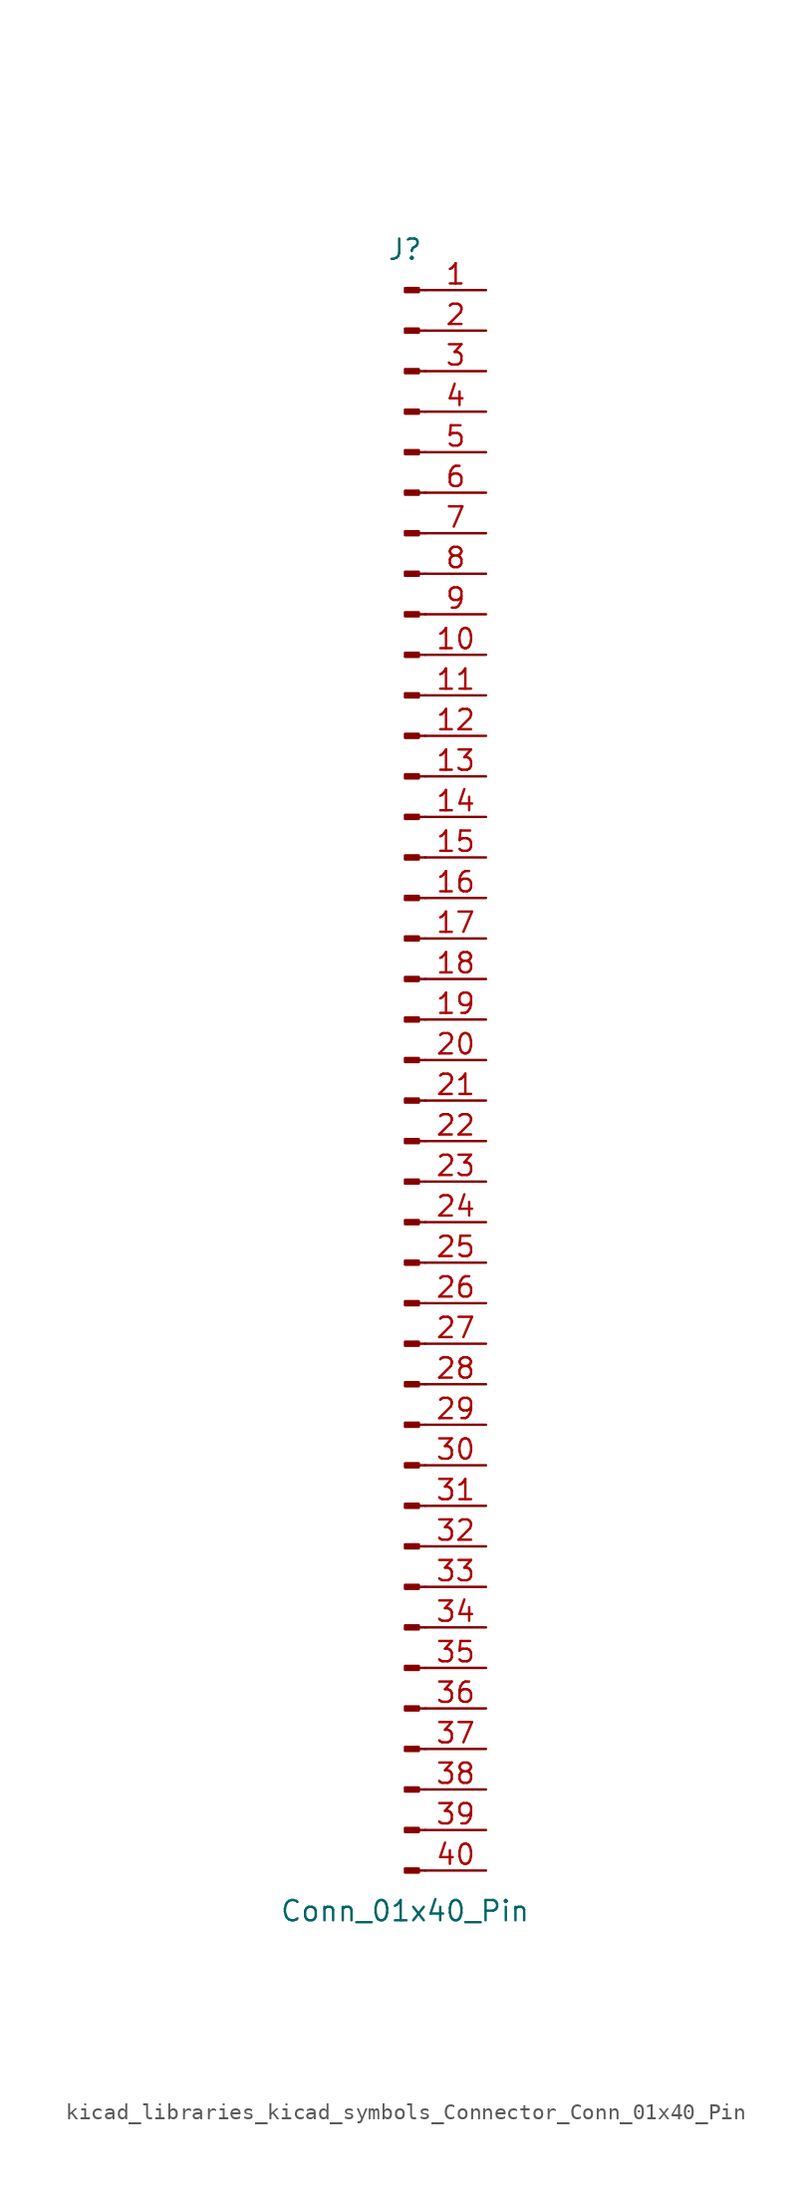
<source format=kicad_sym>
(kicad_symbol_lib
  (version 20220914)
  (generator kicad_symbol_editor)
  (symbol "kicad_libraries_kicad_symbols_Connector_Conn_01x40_Pin"
    (pin_names
      (offset 1.016) hide)
    (property "Reference" "J"
      (at 0 50.8 0)
      (effects (font (size 1.27 1.27))))
    (property "Value" "Conn_01x40_Pin"
      (at 0 -53.34 0)
      (effects (font (size 1.27 1.27))))
    (property "ki_locked" ""
      (at 0 0 0)
      (effects (font (size 1.27 1.27))))
    (symbol "kicad_libraries_kicad_symbols_Connector_Conn_01x40_Pin_1_1"
      (polyline (pts (xy 1.27 -50.8) (xy 0.864 -50.8)) (stroke (width 0.152) (type default)) (fill (type none)))
      (polyline (pts (xy 1.27 -48.26) (xy 0.864 -48.26)) (stroke (width 0.152) (type default)) (fill (type none)))
      (polyline (pts (xy 1.27 -45.72) (xy 0.864 -45.72)) (stroke (width 0.152) (type default)) (fill (type none)))
      (polyline (pts (xy 1.27 -43.18) (xy 0.864 -43.18)) (stroke (width 0.152) (type default)) (fill (type none)))
      (polyline (pts (xy 1.27 -40.64) (xy 0.864 -40.64)) (stroke (width 0.152) (type default)) (fill (type none)))
      (polyline (pts (xy 1.27 -38.1) (xy 0.864 -38.1)) (stroke (width 0.152) (type default)) (fill (type none)))
      (polyline (pts (xy 1.27 -35.56) (xy 0.864 -35.56)) (stroke (width 0.152) (type default)) (fill (type none)))
      (polyline (pts (xy 1.27 -33.02) (xy 0.864 -33.02)) (stroke (width 0.152) (type default)) (fill (type none)))
      (polyline (pts (xy 1.27 -30.48) (xy 0.864 -30.48)) (stroke (width 0.152) (type default)) (fill (type none)))
      (polyline (pts (xy 1.27 -27.94) (xy 0.864 -27.94)) (stroke (width 0.152) (type default)) (fill (type none)))
      (polyline (pts (xy 1.27 -25.4) (xy 0.864 -25.4)) (stroke (width 0.152) (type default)) (fill (type none)))
      (polyline (pts (xy 1.27 -22.86) (xy 0.864 -22.86)) (stroke (width 0.152) (type default)) (fill (type none)))
      (polyline (pts (xy 1.27 -20.32) (xy 0.864 -20.32)) (stroke (width 0.152) (type default)) (fill (type none)))
      (polyline (pts (xy 1.27 -17.78) (xy 0.864 -17.78)) (stroke (width 0.152) (type default)) (fill (type none)))
      (polyline (pts (xy 1.27 -15.24) (xy 0.864 -15.24)) (stroke (width 0.152) (type default)) (fill (type none)))
      (polyline (pts (xy 1.27 -12.7) (xy 0.864 -12.7)) (stroke (width 0.152) (type default)) (fill (type none)))
      (polyline (pts (xy 1.27 -10.16) (xy 0.864 -10.16)) (stroke (width 0.152) (type default)) (fill (type none)))
      (polyline (pts (xy 1.27 -7.62) (xy 0.864 -7.62)) (stroke (width 0.152) (type default)) (fill (type none)))
      (polyline (pts (xy 1.27 -5.08) (xy 0.864 -5.08)) (stroke (width 0.152) (type default)) (fill (type none)))
      (polyline (pts (xy 1.27 -2.54) (xy 0.864 -2.54)) (stroke (width 0.152) (type default)) (fill (type none)))
      (polyline (pts (xy 1.27 0) (xy 0.864 0)) (stroke (width 0.152) (type default)) (fill (type none)))
      (polyline (pts (xy 1.27 2.54) (xy 0.864 2.54)) (stroke (width 0.152) (type default)) (fill (type none)))
      (polyline (pts (xy 1.27 5.08) (xy 0.864 5.08)) (stroke (width 0.152) (type default)) (fill (type none)))
      (polyline (pts (xy 1.27 7.62) (xy 0.864 7.62)) (stroke (width 0.152) (type default)) (fill (type none)))
      (polyline (pts (xy 1.27 10.16) (xy 0.864 10.16)) (stroke (width 0.152) (type default)) (fill (type none)))
      (polyline (pts (xy 1.27 12.7) (xy 0.864 12.7)) (stroke (width 0.152) (type default)) (fill (type none)))
      (polyline (pts (xy 1.27 15.24) (xy 0.864 15.24)) (stroke (width 0.152) (type default)) (fill (type none)))
      (polyline (pts (xy 1.27 17.78) (xy 0.864 17.78)) (stroke (width 0.152) (type default)) (fill (type none)))
      (polyline (pts (xy 1.27 20.32) (xy 0.864 20.32)) (stroke (width 0.152) (type default)) (fill (type none)))
      (polyline (pts (xy 1.27 22.86) (xy 0.864 22.86)) (stroke (width 0.152) (type default)) (fill (type none)))
      (polyline (pts (xy 1.27 25.4) (xy 0.864 25.4)) (stroke (width 0.152) (type default)) (fill (type none)))
      (polyline (pts (xy 1.27 27.94) (xy 0.864 27.94)) (stroke (width 0.152) (type default)) (fill (type none)))
      (polyline (pts (xy 1.27 30.48) (xy 0.864 30.48)) (stroke (width 0.152) (type default)) (fill (type none)))
      (polyline (pts (xy 1.27 33.02) (xy 0.864 33.02)) (stroke (width 0.152) (type default)) (fill (type none)))
      (polyline (pts (xy 1.27 35.56) (xy 0.864 35.56)) (stroke (width 0.152) (type default)) (fill (type none)))
      (polyline (pts (xy 1.27 38.1) (xy 0.864 38.1)) (stroke (width 0.152) (type default)) (fill (type none)))
      (polyline (pts (xy 1.27 40.64) (xy 0.864 40.64)) (stroke (width 0.152) (type default)) (fill (type none)))
      (polyline (pts (xy 1.27 43.18) (xy 0.864 43.18)) (stroke (width 0.152) (type default)) (fill (type none)))
      (polyline (pts (xy 1.27 45.72) (xy 0.864 45.72)) (stroke (width 0.152) (type default)) (fill (type none)))
      (polyline (pts (xy 1.27 48.26) (xy 0.864 48.26)) (stroke (width 0.152) (type default)) (fill (type none)))
      (rectangle (start 0.864 -50.673) (end 0 -50.927) (stroke (width 0.152) (type default)) (fill (type outline)))
      (rectangle (start 0.864 -48.133) (end 0 -48.387) (stroke (width 0.152) (type default)) (fill (type outline)))
      (rectangle (start 0.864 -45.593) (end 0 -45.847) (stroke (width 0.152) (type default)) (fill (type outline)))
      (rectangle (start 0.864 -43.053) (end 0 -43.307) (stroke (width 0.152) (type default)) (fill (type outline)))
      (rectangle (start 0.864 -40.513) (end 0 -40.767) (stroke (width 0.152) (type default)) (fill (type outline)))
      (rectangle (start 0.864 -37.973) (end 0 -38.227) (stroke (width 0.152) (type default)) (fill (type outline)))
      (rectangle (start 0.864 -35.433) (end 0 -35.687) (stroke (width 0.152) (type default)) (fill (type outline)))
      (rectangle (start 0.864 -32.893) (end 0 -33.147) (stroke (width 0.152) (type default)) (fill (type outline)))
      (rectangle (start 0.864 -30.353) (end 0 -30.607) (stroke (width 0.152) (type default)) (fill (type outline)))
      (rectangle (start 0.864 -27.813) (end 0 -28.067) (stroke (width 0.152) (type default)) (fill (type outline)))
      (rectangle (start 0.864 -25.273) (end 0 -25.527) (stroke (width 0.152) (type default)) (fill (type outline)))
      (rectangle (start 0.864 -22.733) (end 0 -22.987) (stroke (width 0.152) (type default)) (fill (type outline)))
      (rectangle (start 0.864 -20.193) (end 0 -20.447) (stroke (width 0.152) (type default)) (fill (type outline)))
      (rectangle (start 0.864 -17.653) (end 0 -17.907) (stroke (width 0.152) (type default)) (fill (type outline)))
      (rectangle (start 0.864 -15.113) (end 0 -15.367) (stroke (width 0.152) (type default)) (fill (type outline)))
      (rectangle (start 0.864 -12.573) (end 0 -12.827) (stroke (width 0.152) (type default)) (fill (type outline)))
      (rectangle (start 0.864 -10.033) (end 0 -10.287) (stroke (width 0.152) (type default)) (fill (type outline)))
      (rectangle (start 0.864 -7.493) (end 0 -7.747) (stroke (width 0.152) (type default)) (fill (type outline)))
      (rectangle (start 0.864 -4.953) (end 0 -5.207) (stroke (width 0.152) (type default)) (fill (type outline)))
      (rectangle (start 0.864 -2.413) (end 0 -2.667) (stroke (width 0.152) (type default)) (fill (type outline)))
      (rectangle (start 0.864 0.127) (end 0 -0.127) (stroke (width 0.152) (type default)) (fill (type outline)))
      (rectangle (start 0.864 2.667) (end 0 2.413) (stroke (width 0.152) (type default)) (fill (type outline)))
      (rectangle (start 0.864 5.207) (end 0 4.953) (stroke (width 0.152) (type default)) (fill (type outline)))
      (rectangle (start 0.864 7.747) (end 0 7.493) (stroke (width 0.152) (type default)) (fill (type outline)))
      (rectangle (start 0.864 10.287) (end 0 10.033) (stroke (width 0.152) (type default)) (fill (type outline)))
      (rectangle (start 0.864 12.827) (end 0 12.573) (stroke (width 0.152) (type default)) (fill (type outline)))
      (rectangle (start 0.864 15.367) (end 0 15.113) (stroke (width 0.152) (type default)) (fill (type outline)))
      (rectangle (start 0.864 17.907) (end 0 17.653) (stroke (width 0.152) (type default)) (fill (type outline)))
      (rectangle (start 0.864 20.447) (end 0 20.193) (stroke (width 0.152) (type default)) (fill (type outline)))
      (rectangle (start 0.864 22.987) (end 0 22.733) (stroke (width 0.152) (type default)) (fill (type outline)))
      (rectangle (start 0.864 25.527) (end 0 25.273) (stroke (width 0.152) (type default)) (fill (type outline)))
      (rectangle (start 0.864 28.067) (end 0 27.813) (stroke (width 0.152) (type default)) (fill (type outline)))
      (rectangle (start 0.864 30.607) (end 0 30.353) (stroke (width 0.152) (type default)) (fill (type outline)))
      (rectangle (start 0.864 33.147) (end 0 32.893) (stroke (width 0.152) (type default)) (fill (type outline)))
      (rectangle (start 0.864 35.687) (end 0 35.433) (stroke (width 0.152) (type default)) (fill (type outline)))
      (rectangle (start 0.864 38.227) (end 0 37.973) (stroke (width 0.152) (type default)) (fill (type outline)))
      (rectangle (start 0.864 40.767) (end 0 40.513) (stroke (width 0.152) (type default)) (fill (type outline)))
      (rectangle (start 0.864 43.307) (end 0 43.053) (stroke (width 0.152) (type default)) (fill (type outline)))
      (rectangle (start 0.864 45.847) (end 0 45.593) (stroke (width 0.152) (type default)) (fill (type outline)))
      (rectangle (start 0.864 48.387) (end 0 48.133) (stroke (width 0.152) (type default)) (fill (type outline)))
      (pin passive line (at 5.08 48.26 180) (length 3.81) (name "Pin_1" (effects (font (size 1.27 1.27)))) (number "1" (effects (font (size 1.27 1.27)))))
      (pin passive line (at 5.08 25.4 180) (length 3.81) (name "Pin_10" (effects (font (size 1.27 1.27)))) (number "10" (effects (font (size 1.27 1.27)))))
      (pin passive line (at 5.08 22.86 180) (length 3.81) (name "Pin_11" (effects (font (size 1.27 1.27)))) (number "11" (effects (font (size 1.27 1.27)))))
      (pin passive line (at 5.08 20.32 180) (length 3.81) (name "Pin_12" (effects (font (size 1.27 1.27)))) (number "12" (effects (font (size 1.27 1.27)))))
      (pin passive line (at 5.08 17.78 180) (length 3.81) (name "Pin_13" (effects (font (size 1.27 1.27)))) (number "13" (effects (font (size 1.27 1.27)))))
      (pin passive line (at 5.08 15.24 180) (length 3.81) (name "Pin_14" (effects (font (size 1.27 1.27)))) (number "14" (effects (font (size 1.27 1.27)))))
      (pin passive line (at 5.08 12.7 180) (length 3.81) (name "Pin_15" (effects (font (size 1.27 1.27)))) (number "15" (effects (font (size 1.27 1.27)))))
      (pin passive line (at 5.08 10.16 180) (length 3.81) (name "Pin_16" (effects (font (size 1.27 1.27)))) (number "16" (effects (font (size 1.27 1.27)))))
      (pin passive line (at 5.08 7.62 180) (length 3.81) (name "Pin_17" (effects (font (size 1.27 1.27)))) (number "17" (effects (font (size 1.27 1.27)))))
      (pin passive line (at 5.08 5.08 180) (length 3.81) (name "Pin_18" (effects (font (size 1.27 1.27)))) (number "18" (effects (font (size 1.27 1.27)))))
      (pin passive line (at 5.08 2.54 180) (length 3.81) (name "Pin_19" (effects (font (size 1.27 1.27)))) (number "19" (effects (font (size 1.27 1.27)))))
      (pin passive line (at 5.08 45.72 180) (length 3.81) (name "Pin_2" (effects (font (size 1.27 1.27)))) (number "2" (effects (font (size 1.27 1.27)))))
      (pin passive line (at 5.08 0 180) (length 3.81) (name "Pin_20" (effects (font (size 1.27 1.27)))) (number "20" (effects (font (size 1.27 1.27)))))
      (pin passive line (at 5.08 -2.54 180) (length 3.81) (name "Pin_21" (effects (font (size 1.27 1.27)))) (number "21" (effects (font (size 1.27 1.27)))))
      (pin passive line (at 5.08 -5.08 180) (length 3.81) (name "Pin_22" (effects (font (size 1.27 1.27)))) (number "22" (effects (font (size 1.27 1.27)))))
      (pin passive line (at 5.08 -7.62 180) (length 3.81) (name "Pin_23" (effects (font (size 1.27 1.27)))) (number "23" (effects (font (size 1.27 1.27)))))
      (pin passive line (at 5.08 -10.16 180) (length 3.81) (name "Pin_24" (effects (font (size 1.27 1.27)))) (number "24" (effects (font (size 1.27 1.27)))))
      (pin passive line (at 5.08 -12.7 180) (length 3.81) (name "Pin_25" (effects (font (size 1.27 1.27)))) (number "25" (effects (font (size 1.27 1.27)))))
      (pin passive line (at 5.08 -15.24 180) (length 3.81) (name "Pin_26" (effects (font (size 1.27 1.27)))) (number "26" (effects (font (size 1.27 1.27)))))
      (pin passive line (at 5.08 -17.78 180) (length 3.81) (name "Pin_27" (effects (font (size 1.27 1.27)))) (number "27" (effects (font (size 1.27 1.27)))))
      (pin passive line (at 5.08 -20.32 180) (length 3.81) (name "Pin_28" (effects (font (size 1.27 1.27)))) (number "28" (effects (font (size 1.27 1.27)))))
      (pin passive line (at 5.08 -22.86 180) (length 3.81) (name "Pin_29" (effects (font (size 1.27 1.27)))) (number "29" (effects (font (size 1.27 1.27)))))
      (pin passive line (at 5.08 43.18 180) (length 3.81) (name "Pin_3" (effects (font (size 1.27 1.27)))) (number "3" (effects (font (size 1.27 1.27)))))
      (pin passive line (at 5.08 -25.4 180) (length 3.81) (name "Pin_30" (effects (font (size 1.27 1.27)))) (number "30" (effects (font (size 1.27 1.27)))))
      (pin passive line (at 5.08 -27.94 180) (length 3.81) (name "Pin_31" (effects (font (size 1.27 1.27)))) (number "31" (effects (font (size 1.27 1.27)))))
      (pin passive line (at 5.08 -30.48 180) (length 3.81) (name "Pin_32" (effects (font (size 1.27 1.27)))) (number "32" (effects (font (size 1.27 1.27)))))
      (pin passive line (at 5.08 -33.02 180) (length 3.81) (name "Pin_33" (effects (font (size 1.27 1.27)))) (number "33" (effects (font (size 1.27 1.27)))))
      (pin passive line (at 5.08 -35.56 180) (length 3.81) (name "Pin_34" (effects (font (size 1.27 1.27)))) (number "34" (effects (font (size 1.27 1.27)))))
      (pin passive line (at 5.08 -38.1 180) (length 3.81) (name "Pin_35" (effects (font (size 1.27 1.27)))) (number "35" (effects (font (size 1.27 1.27)))))
      (pin passive line (at 5.08 -40.64 180) (length 3.81) (name "Pin_36" (effects (font (size 1.27 1.27)))) (number "36" (effects (font (size 1.27 1.27)))))
      (pin passive line (at 5.08 -43.18 180) (length 3.81) (name "Pin_37" (effects (font (size 1.27 1.27)))) (number "37" (effects (font (size 1.27 1.27)))))
      (pin passive line (at 5.08 -45.72 180) (length 3.81) (name "Pin_38" (effects (font (size 1.27 1.27)))) (number "38" (effects (font (size 1.27 1.27)))))
      (pin passive line (at 5.08 -48.26 180) (length 3.81) (name "Pin_39" (effects (font (size 1.27 1.27)))) (number "39" (effects (font (size 1.27 1.27)))))
      (pin passive line (at 5.08 40.64 180) (length 3.81) (name "Pin_4" (effects (font (size 1.27 1.27)))) (number "4" (effects (font (size 1.27 1.27)))))
      (pin passive line (at 5.08 -50.8 180) (length 3.81) (name "Pin_40" (effects (font (size 1.27 1.27)))) (number "40" (effects (font (size 1.27 1.27)))))
      (pin passive line (at 5.08 38.1 180) (length 3.81) (name "Pin_5" (effects (font (size 1.27 1.27)))) (number "5" (effects (font (size 1.27 1.27)))))
      (pin passive line (at 5.08 35.56 180) (length 3.81) (name "Pin_6" (effects (font (size 1.27 1.27)))) (number "6" (effects (font (size 1.27 1.27)))))
      (pin passive line (at 5.08 33.02 180) (length 3.81) (name "Pin_7" (effects (font (size 1.27 1.27)))) (number "7" (effects (font (size 1.27 1.27)))))
      (pin passive line (at 5.08 30.48 180) (length 3.81) (name "Pin_8" (effects (font (size 1.27 1.27)))) (number "8" (effects (font (size 1.27 1.27)))))
      (pin passive line (at 5.08 27.94 180) (length 3.81) (name "Pin_9" (effects (font (size 1.27 1.27)))) (number "9" (effects (font (size 1.27 1.27))))))))
</source>
